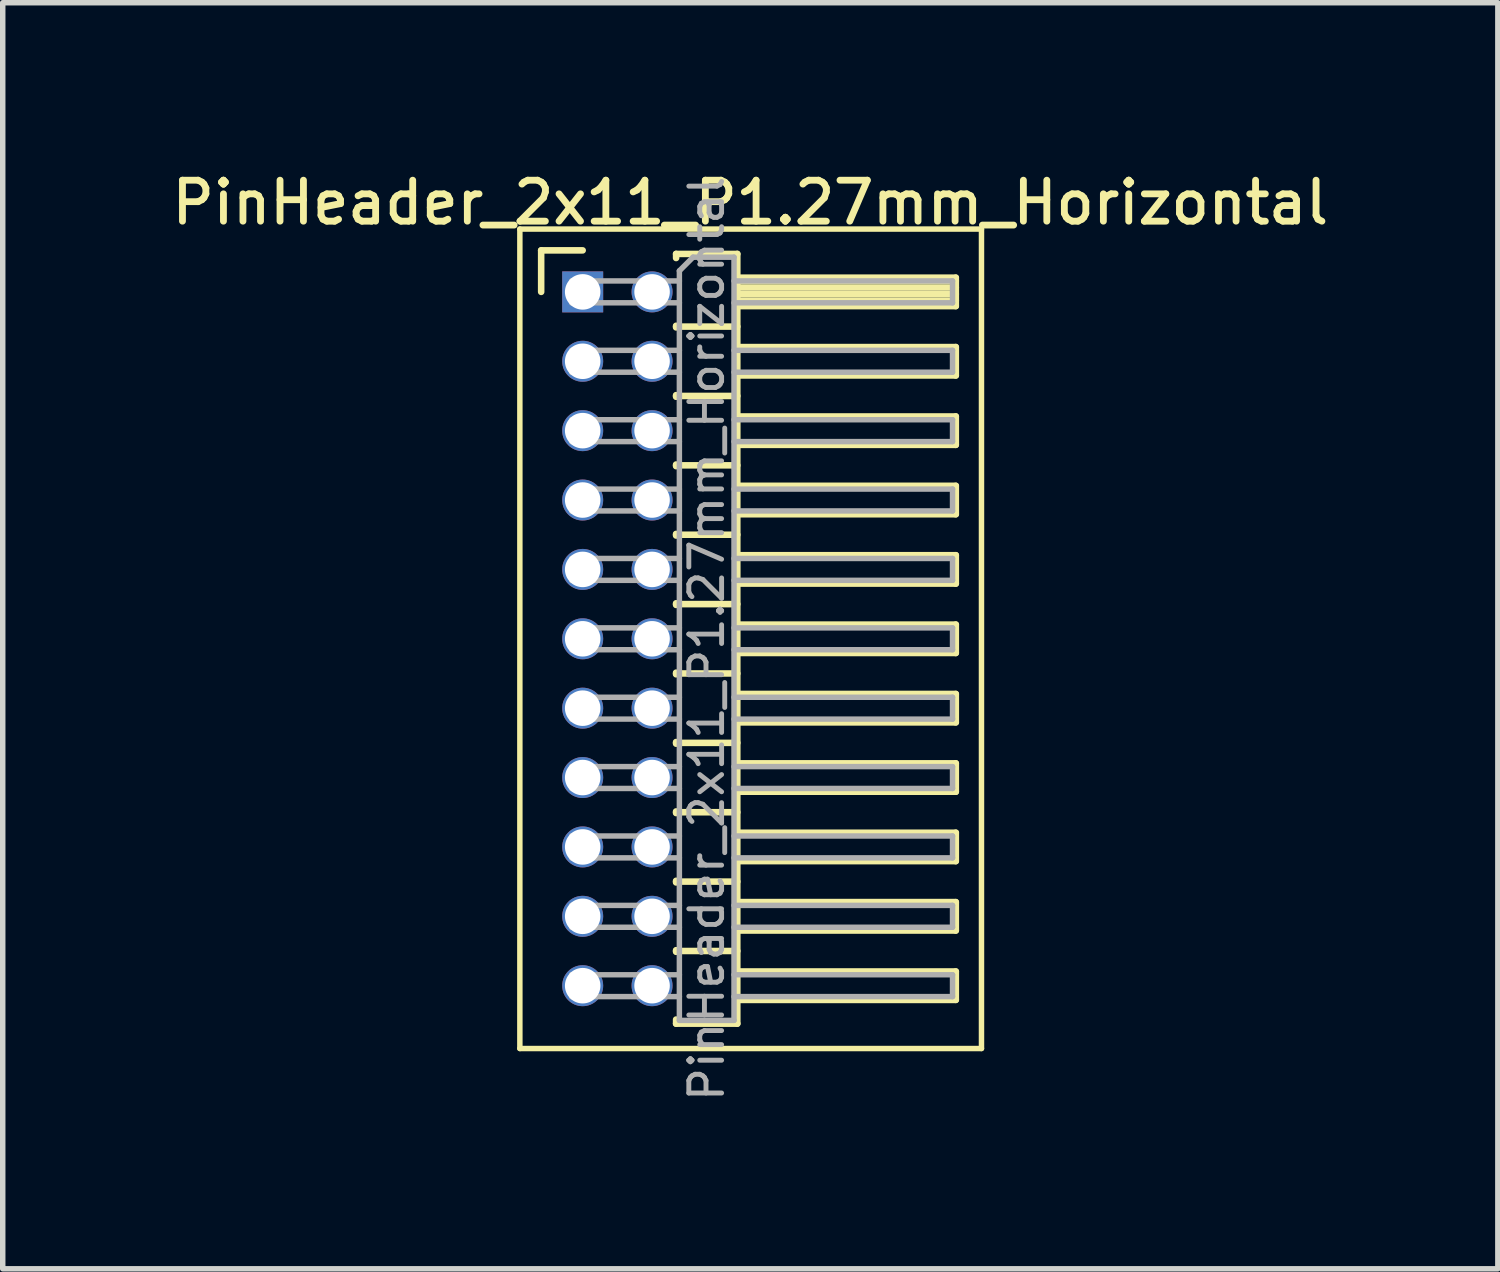
<source format=kicad_pcb>
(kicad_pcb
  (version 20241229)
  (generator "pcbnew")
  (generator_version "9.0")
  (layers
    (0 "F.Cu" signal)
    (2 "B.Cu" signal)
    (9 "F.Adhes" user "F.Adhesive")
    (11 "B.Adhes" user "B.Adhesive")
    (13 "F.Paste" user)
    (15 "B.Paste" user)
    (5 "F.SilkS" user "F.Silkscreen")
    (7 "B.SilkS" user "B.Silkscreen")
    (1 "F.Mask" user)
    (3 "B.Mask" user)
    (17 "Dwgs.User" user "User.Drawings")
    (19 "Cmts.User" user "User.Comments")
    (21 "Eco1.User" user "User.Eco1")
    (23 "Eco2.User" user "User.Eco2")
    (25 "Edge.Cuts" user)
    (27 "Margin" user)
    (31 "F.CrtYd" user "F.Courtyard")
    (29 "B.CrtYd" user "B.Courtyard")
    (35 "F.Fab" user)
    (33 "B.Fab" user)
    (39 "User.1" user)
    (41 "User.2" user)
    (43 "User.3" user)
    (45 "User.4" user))
  (footprint "PinHeader_2x11_P1.27mm_Horizontal"
    (layer "F.Cu")
    (at 7.616 2.293)
    (property "Reference" "PinHeader_2x11_P1.27mm_Horizontal" (at 3.067 -1.635 0) (layer "F.SilkS") (effects (font (size 0.75 0.75) (thickness 0.125))))
    (attr through_hole)
    (fp_line (start -1.15 -1.15) (end -1.15 13.85) (stroke (width 0.1) (type solid)) (layer "F.SilkS"))
    (fp_line (start -1.15 13.85) (end 7.3 13.85) (stroke (width 0.1) (type solid)) (layer "F.SilkS"))
    (fp_line (start -0.76 -0.76) (end 0 -0.76) (stroke (width 0.12) (type solid)) (layer "F.SilkS"))
    (fp_line (start -0.76 0) (end -0.76 -0.76) (stroke (width 0.12) (type solid)) (layer "F.SilkS"))
    (fp_line (start 1.71 -0.695) (end 2.83 -0.695) (stroke (width 0.12) (type solid)) (layer "F.SilkS"))
    (fp_line (start 1.71 -0.62) (end 1.71 -0.695) (stroke (width 0.12) (type solid)) (layer "F.SilkS"))
    (fp_line (start 1.71 0.62) (end 1.71 0.65) (stroke (width 0.12) (type solid)) (layer "F.SilkS"))
    (fp_line (start 1.71 0.635) (end 2.83 0.635) (stroke (width 0.12) (type solid)) (layer "F.SilkS"))
    (fp_line (start 1.71 1.89) (end 1.71 1.92) (stroke (width 0.12) (type solid)) (layer "F.SilkS"))
    (fp_line (start 1.71 1.905) (end 2.83 1.905) (stroke (width 0.12) (type solid)) (layer "F.SilkS"))
    (fp_line (start 1.71 3.16) (end 1.71 3.19) (stroke (width 0.12) (type solid)) (layer "F.SilkS"))
    (fp_line (start 1.71 3.175) (end 2.83 3.175) (stroke (width 0.12) (type solid)) (layer "F.SilkS"))
    (fp_line (start 1.71 4.43) (end 1.71 4.46) (stroke (width 0.12) (type solid)) (layer "F.SilkS"))
    (fp_line (start 1.71 4.445) (end 2.83 4.445) (stroke (width 0.12) (type solid)) (layer "F.SilkS"))
    (fp_line (start 1.71 5.7) (end 1.71 5.73) (stroke (width 0.12) (type solid)) (layer "F.SilkS"))
    (fp_line (start 1.71 5.715) (end 2.83 5.715) (stroke (width 0.12) (type solid)) (layer "F.SilkS"))
    (fp_line (start 1.71 6.97) (end 1.71 7) (stroke (width 0.12) (type solid)) (layer "F.SilkS"))
    (fp_line (start 1.71 6.985) (end 2.83 6.985) (stroke (width 0.12) (type solid)) (layer "F.SilkS"))
    (fp_line (start 1.71 8.24) (end 1.71 8.27) (stroke (width 0.12) (type solid)) (layer "F.SilkS"))
    (fp_line (start 1.71 8.255) (end 2.83 8.255) (stroke (width 0.12) (type solid)) (layer "F.SilkS"))
    (fp_line (start 1.71 9.51) (end 1.71 9.54) (stroke (width 0.12) (type solid)) (layer "F.SilkS"))
    (fp_line (start 1.71 9.525) (end 2.83 9.525) (stroke (width 0.12) (type solid)) (layer "F.SilkS"))
    (fp_line (start 1.71 10.78) (end 1.71 10.81) (stroke (width 0.12) (type solid)) (layer "F.SilkS"))
    (fp_line (start 1.71 10.795) (end 2.83 10.795) (stroke (width 0.12) (type solid)) (layer "F.SilkS"))
    (fp_line (start 1.71 12.05) (end 1.71 12.08) (stroke (width 0.12) (type solid)) (layer "F.SilkS"))
    (fp_line (start 1.71 12.065) (end 2.83 12.065) (stroke (width 0.12) (type solid)) (layer "F.SilkS"))
    (fp_line (start 1.71 13.395) (end 1.71 13.32) (stroke (width 0.12) (type solid)) (layer "F.SilkS"))
    (fp_line (start 2.83 -0.695) (end 2.83 13.395) (stroke (width 0.12) (type solid)) (layer "F.SilkS"))
    (fp_line (start 2.83 -0.26) (end 6.83 -0.26) (stroke (width 0.12) (type solid)) (layer "F.SilkS"))
    (fp_line (start 2.83 -0.2) (end 6.83 -0.2) (stroke (width 0.12) (type solid)) (layer "F.SilkS"))
    (fp_line (start 2.83 -0.08) (end 6.83 -0.08) (stroke (width 0.12) (type solid)) (layer "F.SilkS"))
    (fp_line (start 2.83 0.04) (end 6.83 0.04) (stroke (width 0.12) (type solid)) (layer "F.SilkS"))
    (fp_line (start 2.83 0.16) (end 6.83 0.16) (stroke (width 0.12) (type solid)) (layer "F.SilkS"))
    (fp_line (start 2.83 1.01) (end 6.83 1.01) (stroke (width 0.12) (type solid)) (layer "F.SilkS"))
    (fp_line (start 2.83 2.28) (end 6.83 2.28) (stroke (width 0.12) (type solid)) (layer "F.SilkS"))
    (fp_line (start 2.83 3.55) (end 6.83 3.55) (stroke (width 0.12) (type solid)) (layer "F.SilkS"))
    (fp_line (start 2.83 4.82) (end 6.83 4.82) (stroke (width 0.12) (type solid)) (layer "F.SilkS"))
    (fp_line (start 2.83 6.09) (end 6.83 6.09) (stroke (width 0.12) (type solid)) (layer "F.SilkS"))
    (fp_line (start 2.83 7.36) (end 6.83 7.36) (stroke (width 0.12) (type solid)) (layer "F.SilkS"))
    (fp_line (start 2.83 8.63) (end 6.83 8.63) (stroke (width 0.12) (type solid)) (layer "F.SilkS"))
    (fp_line (start 2.83 9.9) (end 6.83 9.9) (stroke (width 0.12) (type solid)) (layer "F.SilkS"))
    (fp_line (start 2.83 11.17) (end 6.83 11.17) (stroke (width 0.12) (type solid)) (layer "F.SilkS"))
    (fp_line (start 2.83 12.44) (end 6.83 12.44) (stroke (width 0.12) (type solid)) (layer "F.SilkS"))
    (fp_line (start 2.83 13.395) (end 1.71 13.395) (stroke (width 0.12) (type solid)) (layer "F.SilkS"))
    (fp_line (start 6.83 -0.26) (end 6.83 0.26) (stroke (width 0.12) (type solid)) (layer "F.SilkS"))
    (fp_line (start 6.83 0.26) (end 2.83 0.26) (stroke (width 0.12) (type solid)) (layer "F.SilkS"))
    (fp_line (start 6.83 1.01) (end 6.83 1.53) (stroke (width 0.12) (type solid)) (layer "F.SilkS"))
    (fp_line (start 6.83 1.53) (end 2.83 1.53) (stroke (width 0.12) (type solid)) (layer "F.SilkS"))
    (fp_line (start 6.83 2.28) (end 6.83 2.8) (stroke (width 0.12) (type solid)) (layer "F.SilkS"))
    (fp_line (start 6.83 2.8) (end 2.83 2.8) (stroke (width 0.12) (type solid)) (layer "F.SilkS"))
    (fp_line (start 6.83 3.55) (end 6.83 4.07) (stroke (width 0.12) (type solid)) (layer "F.SilkS"))
    (fp_line (start 6.83 4.07) (end 2.83 4.07) (stroke (width 0.12) (type solid)) (layer "F.SilkS"))
    (fp_line (start 6.83 4.82) (end 6.83 5.34) (stroke (width 0.12) (type solid)) (layer "F.SilkS"))
    (fp_line (start 6.83 5.34) (end 2.83 5.34) (stroke (width 0.12) (type solid)) (layer "F.SilkS"))
    (fp_line (start 6.83 6.09) (end 6.83 6.61) (stroke (width 0.12) (type solid)) (layer "F.SilkS"))
    (fp_line (start 6.83 6.61) (end 2.83 6.61) (stroke (width 0.12) (type solid)) (layer "F.SilkS"))
    (fp_line (start 6.83 7.36) (end 6.83 7.88) (stroke (width 0.12) (type solid)) (layer "F.SilkS"))
    (fp_line (start 6.83 7.88) (end 2.83 7.88) (stroke (width 0.12) (type solid)) (layer "F.SilkS"))
    (fp_line (start 6.83 8.63) (end 6.83 9.15) (stroke (width 0.12) (type solid)) (layer "F.SilkS"))
    (fp_line (start 6.83 9.15) (end 2.83 9.15) (stroke (width 0.12) (type solid)) (layer "F.SilkS"))
    (fp_line (start 6.83 9.9) (end 6.83 10.42) (stroke (width 0.12) (type solid)) (layer "F.SilkS"))
    (fp_line (start 6.83 10.42) (end 2.83 10.42) (stroke (width 0.12) (type solid)) (layer "F.SilkS"))
    (fp_line (start 6.83 11.17) (end 6.83 11.69) (stroke (width 0.12) (type solid)) (layer "F.SilkS"))
    (fp_line (start 6.83 11.69) (end 2.83 11.69) (stroke (width 0.12) (type solid)) (layer "F.SilkS"))
    (fp_line (start 6.83 12.44) (end 6.83 12.96) (stroke (width 0.12) (type solid)) (layer "F.SilkS"))
    (fp_line (start 6.83 12.96) (end 2.83 12.96) (stroke (width 0.12) (type solid)) (layer "F.SilkS"))
    (fp_line (start 7.3 -1.15) (end -1.15 -1.15) (stroke (width 0.1) (type solid)) (layer "F.SilkS"))
    (fp_line (start 7.3 13.85) (end 7.3 -1.15) (stroke (width 0.1) (type solid)) (layer "F.SilkS"))
    (fp_line (start -0.2 -0.2) (end -0.2 0.2) (stroke (width 0.1) (type solid)) (layer "F.Fab"))
    (fp_line (start -0.2 -0.2) (end 1.77 -0.2) (stroke (width 0.1) (type solid)) (layer "F.Fab"))
    (fp_line (start -0.2 0.2) (end 1.77 0.2) (stroke (width 0.1) (type solid)) (layer "F.Fab"))
    (fp_line (start -0.2 1.07) (end -0.2 1.47) (stroke (width 0.1) (type solid)) (layer "F.Fab"))
    (fp_line (start -0.2 1.07) (end 1.77 1.07) (stroke (width 0.1) (type solid)) (layer "F.Fab"))
    (fp_line (start -0.2 1.47) (end 1.77 1.47) (stroke (width 0.1) (type solid)) (layer "F.Fab"))
    (fp_line (start -0.2 2.34) (end -0.2 2.74) (stroke (width 0.1) (type solid)) (layer "F.Fab"))
    (fp_line (start -0.2 2.34) (end 1.77 2.34) (stroke (width 0.1) (type solid)) (layer "F.Fab"))
    (fp_line (start -0.2 2.74) (end 1.77 2.74) (stroke (width 0.1) (type solid)) (layer "F.Fab"))
    (fp_line (start -0.2 3.61) (end -0.2 4.01) (stroke (width 0.1) (type solid)) (layer "F.Fab"))
    (fp_line (start -0.2 3.61) (end 1.77 3.61) (stroke (width 0.1) (type solid)) (layer "F.Fab"))
    (fp_line (start -0.2 4.01) (end 1.77 4.01) (stroke (width 0.1) (type solid)) (layer "F.Fab"))
    (fp_line (start -0.2 4.88) (end -0.2 5.28) (stroke (width 0.1) (type solid)) (layer "F.Fab"))
    (fp_line (start -0.2 4.88) (end 1.77 4.88) (stroke (width 0.1) (type solid)) (layer "F.Fab"))
    (fp_line (start -0.2 5.28) (end 1.77 5.28) (stroke (width 0.1) (type solid)) (layer "F.Fab"))
    (fp_line (start -0.2 6.15) (end -0.2 6.55) (stroke (width 0.1) (type solid)) (layer "F.Fab"))
    (fp_line (start -0.2 6.15) (end 1.77 6.15) (stroke (width 0.1) (type solid)) (layer "F.Fab"))
    (fp_line (start -0.2 6.55) (end 1.77 6.55) (stroke (width 0.1) (type solid)) (layer "F.Fab"))
    (fp_line (start -0.2 7.42) (end -0.2 7.82) (stroke (width 0.1) (type solid)) (layer "F.Fab"))
    (fp_line (start -0.2 7.42) (end 1.77 7.42) (stroke (width 0.1) (type solid)) (layer "F.Fab"))
    (fp_line (start -0.2 7.82) (end 1.77 7.82) (stroke (width 0.1) (type solid)) (layer "F.Fab"))
    (fp_line (start -0.2 8.69) (end -0.2 9.09) (stroke (width 0.1) (type solid)) (layer "F.Fab"))
    (fp_line (start -0.2 8.69) (end 1.77 8.69) (stroke (width 0.1) (type solid)) (layer "F.Fab"))
    (fp_line (start -0.2 9.09) (end 1.77 9.09) (stroke (width 0.1) (type solid)) (layer "F.Fab"))
    (fp_line (start -0.2 9.96) (end -0.2 10.36) (stroke (width 0.1) (type solid)) (layer "F.Fab"))
    (fp_line (start -0.2 9.96) (end 1.77 9.96) (stroke (width 0.1) (type solid)) (layer "F.Fab"))
    (fp_line (start -0.2 10.36) (end 1.77 10.36) (stroke (width 0.1) (type solid)) (layer "F.Fab"))
    (fp_line (start -0.2 11.23) (end -0.2 11.63) (stroke (width 0.1) (type solid)) (layer "F.Fab"))
    (fp_line (start -0.2 11.23) (end 1.77 11.23) (stroke (width 0.1) (type solid)) (layer "F.Fab"))
    (fp_line (start -0.2 11.63) (end 1.77 11.63) (stroke (width 0.1) (type solid)) (layer "F.Fab"))
    (fp_line (start -0.2 12.5) (end -0.2 12.9) (stroke (width 0.1) (type solid)) (layer "F.Fab"))
    (fp_line (start -0.2 12.5) (end 1.77 12.5) (stroke (width 0.1) (type solid)) (layer "F.Fab"))
    (fp_line (start -0.2 12.9) (end 1.77 12.9) (stroke (width 0.1) (type solid)) (layer "F.Fab"))
    (fp_line (start 1.77 -0.385) (end 2.02 -0.635) (stroke (width 0.1) (type solid)) (layer "F.Fab"))
    (fp_line (start 1.77 13.335) (end 1.77 -0.385) (stroke (width 0.1) (type solid)) (layer "F.Fab"))
    (fp_line (start 2.02 -0.635) (end 2.77 -0.635) (stroke (width 0.1) (type solid)) (layer "F.Fab"))
    (fp_line (start 2.77 -0.635) (end 2.77 13.335) (stroke (width 0.1) (type solid)) (layer "F.Fab"))
    (fp_line (start 2.77 -0.2) (end 6.77 -0.2) (stroke (width 0.1) (type solid)) (layer "F.Fab"))
    (fp_line (start 2.77 0.2) (end 6.77 0.2) (stroke (width 0.1) (type solid)) (layer "F.Fab"))
    (fp_line (start 2.77 1.07) (end 6.77 1.07) (stroke (width 0.1) (type solid)) (layer "F.Fab"))
    (fp_line (start 2.77 1.47) (end 6.77 1.47) (stroke (width 0.1) (type solid)) (layer "F.Fab"))
    (fp_line (start 2.77 2.34) (end 6.77 2.34) (stroke (width 0.1) (type solid)) (layer "F.Fab"))
    (fp_line (start 2.77 2.74) (end 6.77 2.74) (stroke (width 0.1) (type solid)) (layer "F.Fab"))
    (fp_line (start 2.77 3.61) (end 6.77 3.61) (stroke (width 0.1) (type solid)) (layer "F.Fab"))
    (fp_line (start 2.77 4.01) (end 6.77 4.01) (stroke (width 0.1) (type solid)) (layer "F.Fab"))
    (fp_line (start 2.77 4.88) (end 6.77 4.88) (stroke (width 0.1) (type solid)) (layer "F.Fab"))
    (fp_line (start 2.77 5.28) (end 6.77 5.28) (stroke (width 0.1) (type solid)) (layer "F.Fab"))
    (fp_line (start 2.77 6.15) (end 6.77 6.15) (stroke (width 0.1) (type solid)) (layer "F.Fab"))
    (fp_line (start 2.77 6.55) (end 6.77 6.55) (stroke (width 0.1) (type solid)) (layer "F.Fab"))
    (fp_line (start 2.77 7.42) (end 6.77 7.42) (stroke (width 0.1) (type solid)) (layer "F.Fab"))
    (fp_line (start 2.77 7.82) (end 6.77 7.82) (stroke (width 0.1) (type solid)) (layer "F.Fab"))
    (fp_line (start 2.77 8.69) (end 6.77 8.69) (stroke (width 0.1) (type solid)) (layer "F.Fab"))
    (fp_line (start 2.77 9.09) (end 6.77 9.09) (stroke (width 0.1) (type solid)) (layer "F.Fab"))
    (fp_line (start 2.77 9.96) (end 6.77 9.96) (stroke (width 0.1) (type solid)) (layer "F.Fab"))
    (fp_line (start 2.77 10.36) (end 6.77 10.36) (stroke (width 0.1) (type solid)) (layer "F.Fab"))
    (fp_line (start 2.77 11.23) (end 6.77 11.23) (stroke (width 0.1) (type solid)) (layer "F.Fab"))
    (fp_line (start 2.77 11.63) (end 6.77 11.63) (stroke (width 0.1) (type solid)) (layer "F.Fab"))
    (fp_line (start 2.77 12.5) (end 6.77 12.5) (stroke (width 0.1) (type solid)) (layer "F.Fab"))
    (fp_line (start 2.77 12.9) (end 6.77 12.9) (stroke (width 0.1) (type solid)) (layer "F.Fab"))
    (fp_line (start 2.77 13.335) (end 1.77 13.335) (stroke (width 0.1) (type solid)) (layer "F.Fab"))
    (fp_line (start 6.77 -0.2) (end 6.77 0.2) (stroke (width 0.1) (type solid)) (layer "F.Fab"))
    (fp_line (start 6.77 1.07) (end 6.77 1.47) (stroke (width 0.1) (type solid)) (layer "F.Fab"))
    (fp_line (start 6.77 2.34) (end 6.77 2.74) (stroke (width 0.1) (type solid)) (layer "F.Fab"))
    (fp_line (start 6.77 3.61) (end 6.77 4.01) (stroke (width 0.1) (type solid)) (layer "F.Fab"))
    (fp_line (start 6.77 4.88) (end 6.77 5.28) (stroke (width 0.1) (type solid)) (layer "F.Fab"))
    (fp_line (start 6.77 6.15) (end 6.77 6.55) (stroke (width 0.1) (type solid)) (layer "F.Fab"))
    (fp_line (start 6.77 7.42) (end 6.77 7.82) (stroke (width 0.1) (type solid)) (layer "F.Fab"))
    (fp_line (start 6.77 8.69) (end 6.77 9.09) (stroke (width 0.1) (type solid)) (layer "F.Fab"))
    (fp_line (start 6.77 9.96) (end 6.77 10.36) (stroke (width 0.1) (type solid)) (layer "F.Fab"))
    (fp_line (start 6.77 11.23) (end 6.77 11.63) (stroke (width 0.1) (type solid)) (layer "F.Fab"))
    (fp_line (start 6.77 12.5) (end 6.77 12.9) (stroke (width 0.1) (type solid)) (layer "F.Fab"))
    (fp_text user "${REFERENCE}" (at 2.27 6.35 90) (layer "F.Fab") (effects (font (size 0.6 0.6) (thickness 0.09))))
    (pad "1" thru_hole rect (at 0 0) (size 0.75 0.75) (drill 0.65) (layers "*.Cu" "*.Mask"))
    (pad "2" thru_hole oval (at 1.27 0) (size 0.75 0.75) (drill 0.65) (layers "*.Cu" "*.Mask"))
    (pad "3" thru_hole oval (at 0 1.27) (size 0.75 0.75) (drill 0.65) (layers "*.Cu" "*.Mask"))
    (pad "4" thru_hole oval (at 1.27 1.27) (size 0.75 0.75) (drill 0.65) (layers "*.Cu" "*.Mask"))
    (pad "5" thru_hole oval (at 0 2.54) (size 0.75 0.75) (drill 0.65) (layers "*.Cu" "*.Mask"))
    (pad "6" thru_hole oval (at 1.27 2.54) (size 0.75 0.75) (drill 0.65) (layers "*.Cu" "*.Mask"))
    (pad "7" thru_hole oval (at 0 3.81) (size 0.75 0.75) (drill 0.65) (layers "*.Cu" "*.Mask"))
    (pad "8" thru_hole oval (at 1.27 3.81) (size 0.75 0.75) (drill 0.65) (layers "*.Cu" "*.Mask"))
    (pad "9" thru_hole oval (at 0 5.08) (size 0.75 0.75) (drill 0.65) (layers "*.Cu" "*.Mask"))
    (pad "10" thru_hole oval (at 1.27 5.08) (size 0.75 0.75) (drill 0.65) (layers "*.Cu" "*.Mask"))
    (pad "11" thru_hole oval (at 0 6.35) (size 0.75 0.75) (drill 0.65) (layers "*.Cu" "*.Mask"))
    (pad "12" thru_hole oval (at 1.27 6.35) (size 0.75 0.75) (drill 0.65) (layers "*.Cu" "*.Mask"))
    (pad "13" thru_hole oval (at 0 7.62) (size 0.75 0.75) (drill 0.65) (layers "*.Cu" "*.Mask"))
    (pad "14" thru_hole oval (at 1.27 7.62) (size 0.75 0.75) (drill 0.65) (layers "*.Cu" "*.Mask"))
    (pad "15" thru_hole oval (at 0 8.89) (size 0.75 0.75) (drill 0.65) (layers "*.Cu" "*.Mask"))
    (pad "16" thru_hole oval (at 1.27 8.89) (size 0.75 0.75) (drill 0.65) (layers "*.Cu" "*.Mask"))
    (pad "17" thru_hole oval (at 0 10.16) (size 0.75 0.75) (drill 0.65) (layers "*.Cu" "*.Mask"))
    (pad "18" thru_hole oval (at 1.27 10.16) (size 0.75 0.75) (drill 0.65) (layers "*.Cu" "*.Mask"))
    (pad "19" thru_hole oval (at 0 11.43) (size 0.75 0.75) (drill 0.65) (layers "*.Cu" "*.Mask"))
    (pad "20" thru_hole oval (at 1.27 11.43) (size 0.75 0.75) (drill 0.65) (layers "*.Cu" "*.Mask"))
    (pad "21" thru_hole oval (at 0 12.7) (size 0.75 0.75) (drill 0.65) (layers "*.Cu" "*.Mask"))
    (pad "22" thru_hole oval (at 1.27 12.7) (size 0.75 0.75) (drill 0.65) (layers "*.Cu" "*.Mask")))
  (gr_rect
    (start -3 -3)
    (end 24.368 20.175)
    (stroke (width 0.1) (type default))
    (fill no)
    (layer "Edge.Cuts")))
</source>
